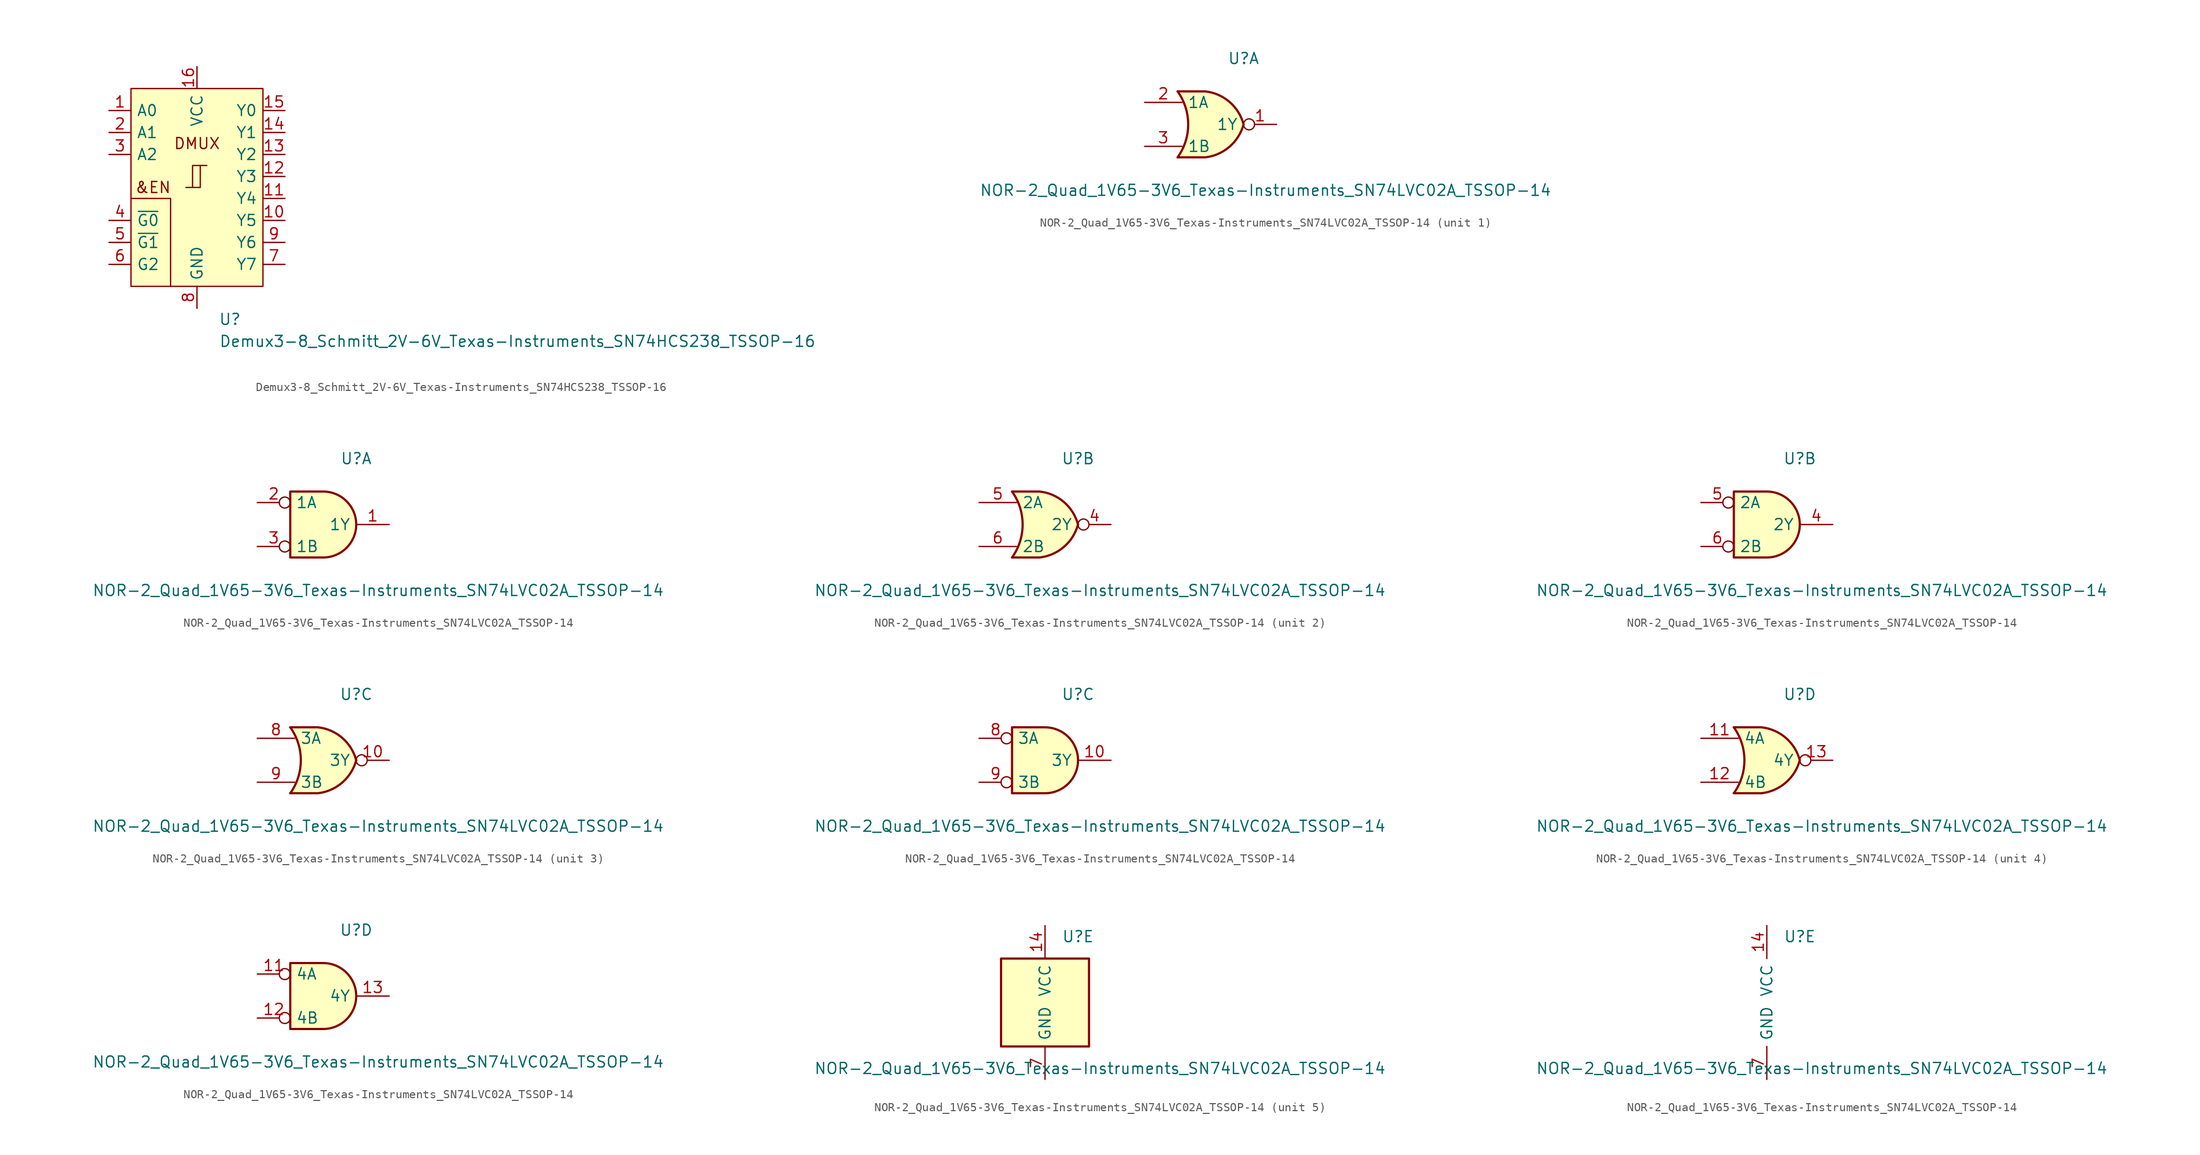
<source format=kicad_sym>
(kicad_symbol_lib
  (version 20211014)
  (generator kicad_symbol_editor)
  (symbol "Demux3-8_Schmitt_2V-6V_Texas-Instruments_SN74HCS238_TSSOP-16"
    (pin_names
      (offset 0.635))
    (property "Reference" "U"
      (at 3.81 -15.24 0)
      (effects (font (size 1.27 1.27))))
    (property "Value" "Demux3-8_Schmitt_2V-6V_Texas-Instruments_SN74HCS238_TSSOP-16"
      (at 2.54 -17.78 0)
      (effects (font (size 1.27 1.27)) (justify left)))
    (symbol "Demux3-8_Schmitt_2V-6V_Texas-Instruments_SN74HCS238_TSSOP-16_0_1"
      (polyline (pts (xy -7.62 -1.27) (xy -3.048 -1.27) (xy -3.048 -11.43) (xy -3.048 -9.398)) (stroke (width 0) (type default) (color 0 0 0 0)) (fill (type none))))
    (symbol "Demux3-8_Schmitt_2V-6V_Texas-Instruments_SN74HCS238_TSSOP-16_1_1"
      (rectangle (start -7.62 -11.43) (end 7.62 11.43) (stroke (width 0) (type default) (color 0 0 0 0)) (fill (type background)))
      (polyline (pts (xy -0.508 0) (xy -0.508 2.54) (xy 0.381 2.54)) (stroke (width 0) (type default) (color 0 0 0 0)) (fill (type none)))
      (polyline (pts (xy -1.27 0) (xy -0.508 0) (xy 0.381 0) (xy 0.381 2.54) (xy 1.143 2.54)) (stroke (width 0) (type default) (color 0 0 0 0)) (fill (type none)))
      (text "&EN" (at -5.08 0 0) (effects (font (size 1.27 1.27))))
      (text "DMUX" (at 0 5.08 0) (effects (font (size 1.27 1.27))))
      (pin input line (at -10.16 8.89 0) (length 2.54) (name "A0" (effects (font (size 1.27 1.27)))) (number "1" (effects (font (size 1.27 1.27)))))
      (pin output line (at 10.16 -3.81 180) (length 2.54) (name "Y5" (effects (font (size 1.27 1.27)))) (number "10" (effects (font (size 1.27 1.27)))))
      (pin output line (at 10.16 -1.27 180) (length 2.54) (name "Y4" (effects (font (size 1.27 1.27)))) (number "11" (effects (font (size 1.27 1.27)))))
      (pin output line (at 10.16 1.27 180) (length 2.54) (name "Y3" (effects (font (size 1.27 1.27)))) (number "12" (effects (font (size 1.27 1.27)))))
      (pin output line (at 10.16 3.81 180) (length 2.54) (name "Y2" (effects (font (size 1.27 1.27)))) (number "13" (effects (font (size 1.27 1.27)))))
      (pin output line (at 10.16 6.35 180) (length 2.54) (name "Y1" (effects (font (size 1.27 1.27)))) (number "14" (effects (font (size 1.27 1.27)))))
      (pin output line (at 10.16 8.89 180) (length 2.54) (name "Y0" (effects (font (size 1.27 1.27)))) (number "15" (effects (font (size 1.27 1.27)))))
      (pin power_in line (at 0 13.97 270) (length 2.54) (name "VCC" (effects (font (size 1.27 1.27)))) (number "16" (effects (font (size 1.27 1.27)))))
      (pin input line (at -10.16 6.35 0) (length 2.54) (name "A1" (effects (font (size 1.27 1.27)))) (number "2" (effects (font (size 1.27 1.27)))))
      (pin input line (at -10.16 3.81 0) (length 2.54) (name "A2" (effects (font (size 1.27 1.27)))) (number "3" (effects (font (size 1.27 1.27)))))
      (pin input line (at -10.16 -3.81 0) (length 2.54) (name "~{G0}" (effects (font (size 1.27 1.27)))) (number "4" (effects (font (size 1.27 1.27)))))
      (pin input line (at -10.16 -6.35 0) (length 2.54) (name "~{G1}" (effects (font (size 1.27 1.27)))) (number "5" (effects (font (size 1.27 1.27)))))
      (pin input line (at -10.16 -8.89 0) (length 2.54) (name "G2" (effects (font (size 1.27 1.27)))) (number "6" (effects (font (size 1.27 1.27)))))
      (pin output line (at 10.16 -8.89 180) (length 2.54) (name "Y7" (effects (font (size 1.27 1.27)))) (number "7" (effects (font (size 1.27 1.27)))))
      (pin power_in line (at 0 -13.97 90) (length 2.54) (name "GND" (effects (font (size 1.27 1.27)))) (number "8" (effects (font (size 1.27 1.27)))))
      (pin output line (at 10.16 -6.35 180) (length 2.54) (name "Y6" (effects (font (size 1.27 1.27)))) (number "9" (effects (font (size 1.27 1.27)))))))
  (symbol "NOR-2_Quad_1V65-3V6_Texas-Instruments_SN74LVC02A_TSSOP-14"
    (pin_names
      (offset 0.635))
    (property "Reference" "U"
      (at 3.81 7.62 0)
      (effects (font (size 1.27 1.27))))
    (property "Value" "NOR-2_Quad_1V65-3V6_Texas-Instruments_SN74LVC02A_TSSOP-14"
      (at 6.35 -7.62 0)
      (effects (font (size 1.27 1.27))))
    (property "ki_locked" ""
      (at 0 0 0)
      (effects (font (size 1.27 1.27))))
    (symbol "NOR-2_Quad_1V65-3V6_Texas-Instruments_SN74LVC02A_TSSOP-14_1_1"
      (arc (start -3.81 -3.81) (mid -2.589 0) (end -3.81 3.81) (stroke (width 0.254) (type default) (color 0 0 0 0)) (fill (type none)))
      (arc (start -0.6096 -3.81) (mid 2.1842 -2.5851) (end 3.81 0) (stroke (width 0.254) (type default) (color 0 0 0 0)) (fill (type background)))
      (polyline (pts (xy -3.81 -3.81) (xy -0.635 -3.81)) (stroke (width 0.254) (type default) (color 0 0 0 0)) (fill (type background)))
      (polyline (pts (xy -3.81 3.81) (xy -0.635 3.81)) (stroke (width 0.254) (type default) (color 0 0 0 0)) (fill (type background)))
      (polyline (pts (xy -0.635 3.81) (xy -3.81 3.81) (xy -3.81 3.81) (xy -3.556 3.404) (xy -3.023 2.261) (xy -2.692 1.041) (xy -2.616 -0.254) (xy -2.769 -1.499) (xy -3.175 -2.718) (xy -3.81 -3.81) (xy -3.81 -3.81) (xy -0.635 -3.81)) (stroke (width -25.4) (type default) (color 0 0 0 0)) (fill (type background)))
      (arc (start 3.81 0) (mid 2.1915 2.5936) (end -0.6096 3.81) (stroke (width 0.254) (type default) (color 0 0 0 0)) (fill (type background)))
      (pin output inverted (at 7.62 0 180) (length 3.81) (name "1Y" (effects (font (size 1.27 1.27)))) (number "1" (effects (font (size 1.27 1.27)))))
      (pin input line (at -7.62 2.54 0) (length 4.318) (name "1A" (effects (font (size 1.27 1.27)))) (number "2" (effects (font (size 1.27 1.27)))))
      (pin input line (at -7.62 -2.54 0) (length 4.318) (name "1B" (effects (font (size 1.27 1.27)))) (number "3" (effects (font (size 1.27 1.27))))))
    (symbol "NOR-2_Quad_1V65-3V6_Texas-Instruments_SN74LVC02A_TSSOP-14_1_2"
      (arc (start 0 -3.81) (mid 3.81 0) (end 0 3.81) (stroke (width 0.254) (type default) (color 0 0 0 0)) (fill (type background)))
      (polyline (pts (xy 0 3.81) (xy -3.81 3.81) (xy -3.81 -3.81) (xy 0 -3.81)) (stroke (width 0.254) (type default) (color 0 0 0 0)) (fill (type background)))
      (pin output line (at 7.62 0 180) (length 3.81) (name "1Y" (effects (font (size 1.27 1.27)))) (number "1" (effects (font (size 1.27 1.27)))))
      (pin input inverted (at -7.62 2.54 0) (length 3.81) (name "1A" (effects (font (size 1.27 1.27)))) (number "2" (effects (font (size 1.27 1.27)))))
      (pin input inverted (at -7.62 -2.54 0) (length 3.81) (name "1B" (effects (font (size 1.27 1.27)))) (number "3" (effects (font (size 1.27 1.27))))))
    (symbol "NOR-2_Quad_1V65-3V6_Texas-Instruments_SN74LVC02A_TSSOP-14_2_1"
      (arc (start -3.81 -3.81) (mid -2.589 0) (end -3.81 3.81) (stroke (width 0.254) (type default) (color 0 0 0 0)) (fill (type none)))
      (arc (start -0.6096 -3.81) (mid 2.1842 -2.5851) (end 3.81 0) (stroke (width 0.254) (type default) (color 0 0 0 0)) (fill (type background)))
      (polyline (pts (xy -3.81 -3.81) (xy -0.635 -3.81)) (stroke (width 0.254) (type default) (color 0 0 0 0)) (fill (type background)))
      (polyline (pts (xy -3.81 3.81) (xy -0.635 3.81)) (stroke (width 0.254) (type default) (color 0 0 0 0)) (fill (type background)))
      (polyline (pts (xy -0.635 3.81) (xy -3.81 3.81) (xy -3.81 3.81) (xy -3.556 3.404) (xy -3.023 2.261) (xy -2.692 1.041) (xy -2.616 -0.254) (xy -2.769 -1.499) (xy -3.175 -2.718) (xy -3.81 -3.81) (xy -3.81 -3.81) (xy -0.635 -3.81)) (stroke (width -25.4) (type default) (color 0 0 0 0)) (fill (type background)))
      (arc (start 3.81 0) (mid 2.1915 2.5936) (end -0.6096 3.81) (stroke (width 0.254) (type default) (color 0 0 0 0)) (fill (type background)))
      (pin output inverted (at 7.62 0 180) (length 3.81) (name "2Y" (effects (font (size 1.27 1.27)))) (number "4" (effects (font (size 1.27 1.27)))))
      (pin input line (at -7.62 2.54 0) (length 4.318) (name "2A" (effects (font (size 1.27 1.27)))) (number "5" (effects (font (size 1.27 1.27)))))
      (pin input line (at -7.62 -2.54 0) (length 4.318) (name "2B" (effects (font (size 1.27 1.27)))) (number "6" (effects (font (size 1.27 1.27))))))
    (symbol "NOR-2_Quad_1V65-3V6_Texas-Instruments_SN74LVC02A_TSSOP-14_2_2"
      (arc (start 0 -3.81) (mid 3.81 0) (end 0 3.81) (stroke (width 0.254) (type default) (color 0 0 0 0)) (fill (type background)))
      (polyline (pts (xy 0 3.81) (xy -3.81 3.81) (xy -3.81 -3.81) (xy 0 -3.81)) (stroke (width 0.254) (type default) (color 0 0 0 0)) (fill (type background)))
      (pin output line (at 7.62 0 180) (length 3.81) (name "2Y" (effects (font (size 1.27 1.27)))) (number "4" (effects (font (size 1.27 1.27)))))
      (pin input inverted (at -7.62 2.54 0) (length 3.81) (name "2A" (effects (font (size 1.27 1.27)))) (number "5" (effects (font (size 1.27 1.27)))))
      (pin input inverted (at -7.62 -2.54 0) (length 3.81) (name "2B" (effects (font (size 1.27 1.27)))) (number "6" (effects (font (size 1.27 1.27))))))
    (symbol "NOR-2_Quad_1V65-3V6_Texas-Instruments_SN74LVC02A_TSSOP-14_3_1"
      (arc (start -3.81 -3.81) (mid -2.589 0) (end -3.81 3.81) (stroke (width 0.254) (type default) (color 0 0 0 0)) (fill (type none)))
      (arc (start -0.6096 -3.81) (mid 2.1842 -2.5851) (end 3.81 0) (stroke (width 0.254) (type default) (color 0 0 0 0)) (fill (type background)))
      (polyline (pts (xy -3.81 -3.81) (xy -0.635 -3.81)) (stroke (width 0.254) (type default) (color 0 0 0 0)) (fill (type background)))
      (polyline (pts (xy -3.81 3.81) (xy -0.635 3.81)) (stroke (width 0.254) (type default) (color 0 0 0 0)) (fill (type background)))
      (polyline (pts (xy -0.635 3.81) (xy -3.81 3.81) (xy -3.81 3.81) (xy -3.556 3.404) (xy -3.023 2.261) (xy -2.692 1.041) (xy -2.616 -0.254) (xy -2.769 -1.499) (xy -3.175 -2.718) (xy -3.81 -3.81) (xy -3.81 -3.81) (xy -0.635 -3.81)) (stroke (width -25.4) (type default) (color 0 0 0 0)) (fill (type background)))
      (arc (start 3.81 0) (mid 2.1915 2.5936) (end -0.6096 3.81) (stroke (width 0.254) (type default) (color 0 0 0 0)) (fill (type background)))
      (pin output inverted (at 7.62 0 180) (length 3.81) (name "3Y" (effects (font (size 1.27 1.27)))) (number "10" (effects (font (size 1.27 1.27)))))
      (pin input line (at -7.62 2.54 0) (length 4.318) (name "3A" (effects (font (size 1.27 1.27)))) (number "8" (effects (font (size 1.27 1.27)))))
      (pin input line (at -7.62 -2.54 0) (length 4.318) (name "3B" (effects (font (size 1.27 1.27)))) (number "9" (effects (font (size 1.27 1.27))))))
    (symbol "NOR-2_Quad_1V65-3V6_Texas-Instruments_SN74LVC02A_TSSOP-14_3_2"
      (arc (start 0 -3.81) (mid 3.81 0) (end 0 3.81) (stroke (width 0.254) (type default) (color 0 0 0 0)) (fill (type background)))
      (polyline (pts (xy 0 3.81) (xy -3.81 3.81) (xy -3.81 -3.81) (xy 0 -3.81)) (stroke (width 0.254) (type default) (color 0 0 0 0)) (fill (type background)))
      (pin output line (at 7.62 0 180) (length 3.81) (name "3Y" (effects (font (size 1.27 1.27)))) (number "10" (effects (font (size 1.27 1.27)))))
      (pin input inverted (at -7.62 2.54 0) (length 3.81) (name "3A" (effects (font (size 1.27 1.27)))) (number "8" (effects (font (size 1.27 1.27)))))
      (pin input inverted (at -7.62 -2.54 0) (length 3.81) (name "3B" (effects (font (size 1.27 1.27)))) (number "9" (effects (font (size 1.27 1.27))))))
    (symbol "NOR-2_Quad_1V65-3V6_Texas-Instruments_SN74LVC02A_TSSOP-14_4_1"
      (arc (start -3.81 -3.81) (mid -2.589 0) (end -3.81 3.81) (stroke (width 0.254) (type default) (color 0 0 0 0)) (fill (type none)))
      (arc (start -0.6096 -3.81) (mid 2.1842 -2.5851) (end 3.81 0) (stroke (width 0.254) (type default) (color 0 0 0 0)) (fill (type background)))
      (polyline (pts (xy -3.81 -3.81) (xy -0.635 -3.81)) (stroke (width 0.254) (type default) (color 0 0 0 0)) (fill (type background)))
      (polyline (pts (xy -3.81 3.81) (xy -0.635 3.81)) (stroke (width 0.254) (type default) (color 0 0 0 0)) (fill (type background)))
      (polyline (pts (xy -0.635 3.81) (xy -3.81 3.81) (xy -3.81 3.81) (xy -3.556 3.404) (xy -3.023 2.261) (xy -2.692 1.041) (xy -2.616 -0.254) (xy -2.769 -1.499) (xy -3.175 -2.718) (xy -3.81 -3.81) (xy -3.81 -3.81) (xy -0.635 -3.81)) (stroke (width -25.4) (type default) (color 0 0 0 0)) (fill (type background)))
      (arc (start 3.81 0) (mid 2.1915 2.5936) (end -0.6096 3.81) (stroke (width 0.254) (type default) (color 0 0 0 0)) (fill (type background)))
      (pin input line (at -7.62 2.54 0) (length 4.318) (name "4A" (effects (font (size 1.27 1.27)))) (number "11" (effects (font (size 1.27 1.27)))))
      (pin input line (at -7.62 -2.54 0) (length 4.318) (name "4B" (effects (font (size 1.27 1.27)))) (number "12" (effects (font (size 1.27 1.27)))))
      (pin output inverted (at 7.62 0 180) (length 3.81) (name "4Y" (effects (font (size 1.27 1.27)))) (number "13" (effects (font (size 1.27 1.27))))))
    (symbol "NOR-2_Quad_1V65-3V6_Texas-Instruments_SN74LVC02A_TSSOP-14_4_2"
      (arc (start 0 -3.81) (mid 3.81 0) (end 0 3.81) (stroke (width 0.254) (type default) (color 0 0 0 0)) (fill (type background)))
      (polyline (pts (xy 0 3.81) (xy -3.81 3.81) (xy -3.81 -3.81) (xy 0 -3.81)) (stroke (width 0.254) (type default) (color 0 0 0 0)) (fill (type background)))
      (pin input inverted (at -7.62 2.54 0) (length 3.81) (name "4A" (effects (font (size 1.27 1.27)))) (number "11" (effects (font (size 1.27 1.27)))))
      (pin input inverted (at -7.62 -2.54 0) (length 3.81) (name "4B" (effects (font (size 1.27 1.27)))) (number "12" (effects (font (size 1.27 1.27)))))
      (pin output line (at 7.62 0 180) (length 3.81) (name "4Y" (effects (font (size 1.27 1.27)))) (number "13" (effects (font (size 1.27 1.27))))))
    (symbol "NOR-2_Quad_1V65-3V6_Texas-Instruments_SN74LVC02A_TSSOP-14_5_0"
      (pin power_in line (at 0 8.89 270) (length 3.81) (name "VCC" (effects (font (size 1.27 1.27)))) (number "14" (effects (font (size 1.27 1.27)))))
      (pin power_in line (at 0 -8.89 90) (length 3.81) (name "GND" (effects (font (size 1.27 1.27)))) (number "7" (effects (font (size 1.27 1.27))))))
    (symbol "NOR-2_Quad_1V65-3V6_Texas-Instruments_SN74LVC02A_TSSOP-14_5_1"
      (rectangle (start -5.08 5.08) (end 5.08 -5.08) (stroke (width 0.254) (type default) (color 0 0 0 0)) (fill (type background))))))
</source>
